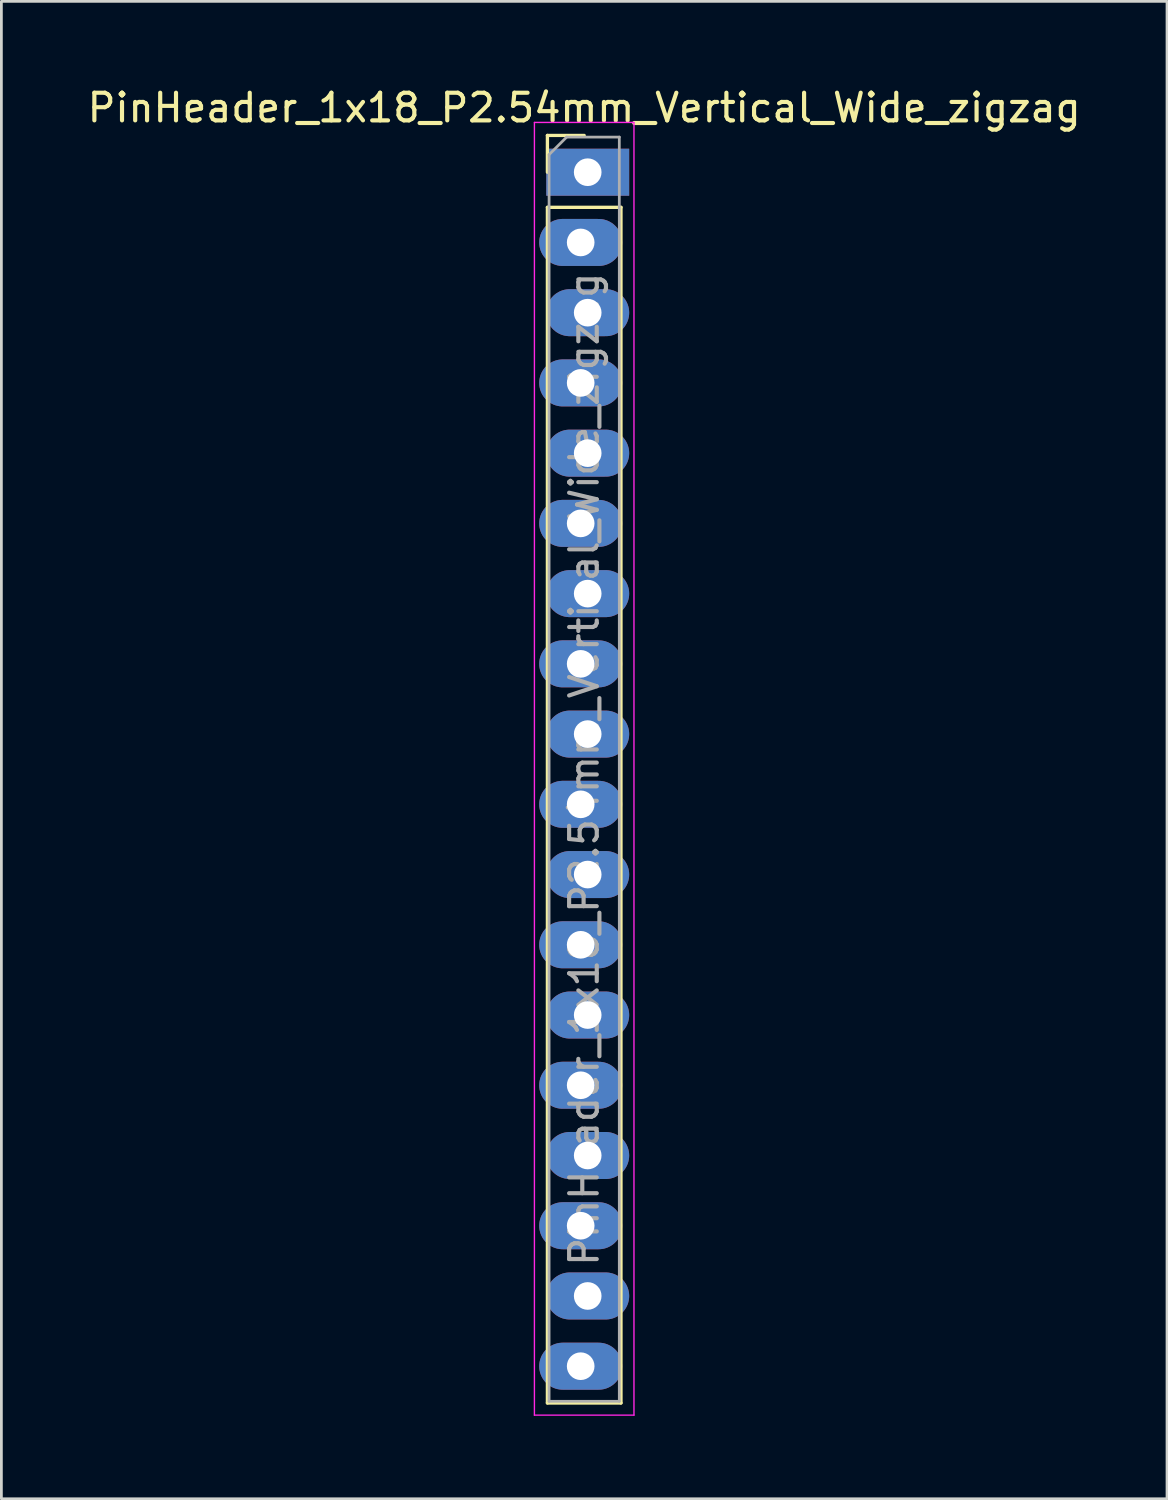
<source format=kicad_pcb>
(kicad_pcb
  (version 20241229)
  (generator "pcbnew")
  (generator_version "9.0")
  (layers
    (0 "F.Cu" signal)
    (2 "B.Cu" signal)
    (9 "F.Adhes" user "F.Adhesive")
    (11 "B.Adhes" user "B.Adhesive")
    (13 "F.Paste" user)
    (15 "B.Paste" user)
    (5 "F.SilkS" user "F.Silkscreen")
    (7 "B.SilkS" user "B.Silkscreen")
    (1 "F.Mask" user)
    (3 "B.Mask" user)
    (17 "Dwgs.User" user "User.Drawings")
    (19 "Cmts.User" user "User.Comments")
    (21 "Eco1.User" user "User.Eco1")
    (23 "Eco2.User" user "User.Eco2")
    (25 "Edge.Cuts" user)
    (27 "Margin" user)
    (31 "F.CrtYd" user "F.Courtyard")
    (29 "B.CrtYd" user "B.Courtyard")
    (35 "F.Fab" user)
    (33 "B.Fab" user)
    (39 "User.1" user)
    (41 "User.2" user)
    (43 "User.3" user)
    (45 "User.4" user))
  (footprint "PinHeader_1x18_P2.54mm_Vertical_Wide_zigzag"
    (layer "F.Cu")
    (at 18.077 3.178)
    (property "Reference" "PinHeader_1x18_P2.54mm_Vertical_Wide_zigzag" (at 0 -2.33 0) (layer "F.SilkS") (effects (font (size 1 1) (thickness 0.15))))
    (attr through_hole)
    (fp_line (start -1.33 -1.33) (end 0 -1.33) (stroke (width 0.12) (type solid)) (layer "F.SilkS"))
    (fp_line (start -1.33 0) (end -1.33 -1.33) (stroke (width 0.12) (type solid)) (layer "F.SilkS"))
    (fp_line (start -1.33 1.27) (end -1.33 44.51) (stroke (width 0.12) (type solid)) (layer "F.SilkS"))
    (fp_line (start -1.33 1.27) (end 1.33 1.27) (stroke (width 0.12) (type solid)) (layer "F.SilkS"))
    (fp_line (start -1.33 44.51) (end 1.33 44.51) (stroke (width 0.12) (type solid)) (layer "F.SilkS"))
    (fp_line (start 1.33 1.27) (end 1.33 44.51) (stroke (width 0.12) (type solid)) (layer "F.SilkS"))
    (fp_line (start -1.8 -1.8) (end -1.8 44.95) (stroke (width 0.05) (type solid)) (layer "F.CrtYd"))
    (fp_line (start -1.8 44.95) (end 1.8 44.95) (stroke (width 0.05) (type solid)) (layer "F.CrtYd"))
    (fp_line (start 1.8 -1.8) (end -1.8 -1.8) (stroke (width 0.05) (type solid)) (layer "F.CrtYd"))
    (fp_line (start 1.8 44.95) (end 1.8 -1.8) (stroke (width 0.05) (type solid)) (layer "F.CrtYd"))
    (fp_line (start -1.27 -0.635) (end -0.635 -1.27) (stroke (width 0.1) (type solid)) (layer "F.Fab"))
    (fp_line (start -1.27 44.45) (end -1.27 -0.635) (stroke (width 0.1) (type solid)) (layer "F.Fab"))
    (fp_line (start -0.635 -1.27) (end 1.27 -1.27) (stroke (width 0.1) (type solid)) (layer "F.Fab"))
    (fp_line (start 1.27 -1.27) (end 1.27 44.45) (stroke (width 0.1) (type solid)) (layer "F.Fab"))
    (fp_line (start 1.27 44.45) (end -1.27 44.45) (stroke (width 0.1) (type solid)) (layer "F.Fab"))
    (fp_text user "${REFERENCE}" (at 0 21.59 90) (layer "F.Fab") (effects (font (size 1 1) (thickness 0.15))))
    (pad "1" thru_hole rect (at 0.127 0) (size 3 1.7) (drill 1) (layers "*.Cu" "*.Mask"))
    (pad "2" thru_hole oval (at -0.127 2.54) (size 3 1.7) (drill 1) (layers "*.Cu" "*.Mask"))
    (pad "3" thru_hole oval (at 0.127 5.08) (size 3 1.7) (drill 1) (layers "*.Cu" "*.Mask"))
    (pad "4" thru_hole oval (at -0.127 7.62) (size 3 1.7) (drill 1) (layers "*.Cu" "*.Mask"))
    (pad "5" thru_hole oval (at 0.127 10.16) (size 3 1.7) (drill 1) (layers "*.Cu" "*.Mask"))
    (pad "6" thru_hole oval (at -0.127 12.7) (size 3 1.7) (drill 1) (layers "*.Cu" "*.Mask"))
    (pad "7" thru_hole oval (at 0.127 15.24) (size 3 1.7) (drill 1) (layers "*.Cu" "*.Mask"))
    (pad "8" thru_hole oval (at -0.127 17.78) (size 3 1.7) (drill 1) (layers "*.Cu" "*.Mask"))
    (pad "9" thru_hole oval (at 0.127 20.32) (size 3 1.7) (drill 1) (layers "*.Cu" "*.Mask"))
    (pad "10" thru_hole oval (at -0.127 22.86) (size 3 1.7) (drill 1) (layers "*.Cu" "*.Mask"))
    (pad "11" thru_hole oval (at 0.127 25.4) (size 3 1.7) (drill 1) (layers "*.Cu" "*.Mask"))
    (pad "12" thru_hole oval (at -0.127 27.94) (size 3 1.7) (drill 1) (layers "*.Cu" "*.Mask"))
    (pad "13" thru_hole oval (at 0.127 30.48) (size 3 1.7) (drill 1) (layers "*.Cu" "*.Mask"))
    (pad "14" thru_hole oval (at -0.127 33.02) (size 3 1.7) (drill 1) (layers "*.Cu" "*.Mask"))
    (pad "15" thru_hole oval (at 0.127 35.56) (size 3 1.7) (drill 1) (layers "*.Cu" "*.Mask"))
    (pad "16" thru_hole oval (at -0.127 38.1) (size 3 1.7) (drill 1) (layers "*.Cu" "*.Mask"))
    (pad "17" thru_hole oval (at 0.127 40.64) (size 3 1.7) (drill 1) (layers "*.Cu" "*.Mask"))
    (pad "18" thru_hole oval (at -0.127 43.18) (size 3 1.7) (drill 1) (layers "*.Cu" "*.Mask")))
  (gr_rect
    (start -3 -3)
    (end 39.155 51.153)
    (stroke (width 0.1) (type default))
    (fill no)
    (layer "Edge.Cuts")))
</source>
